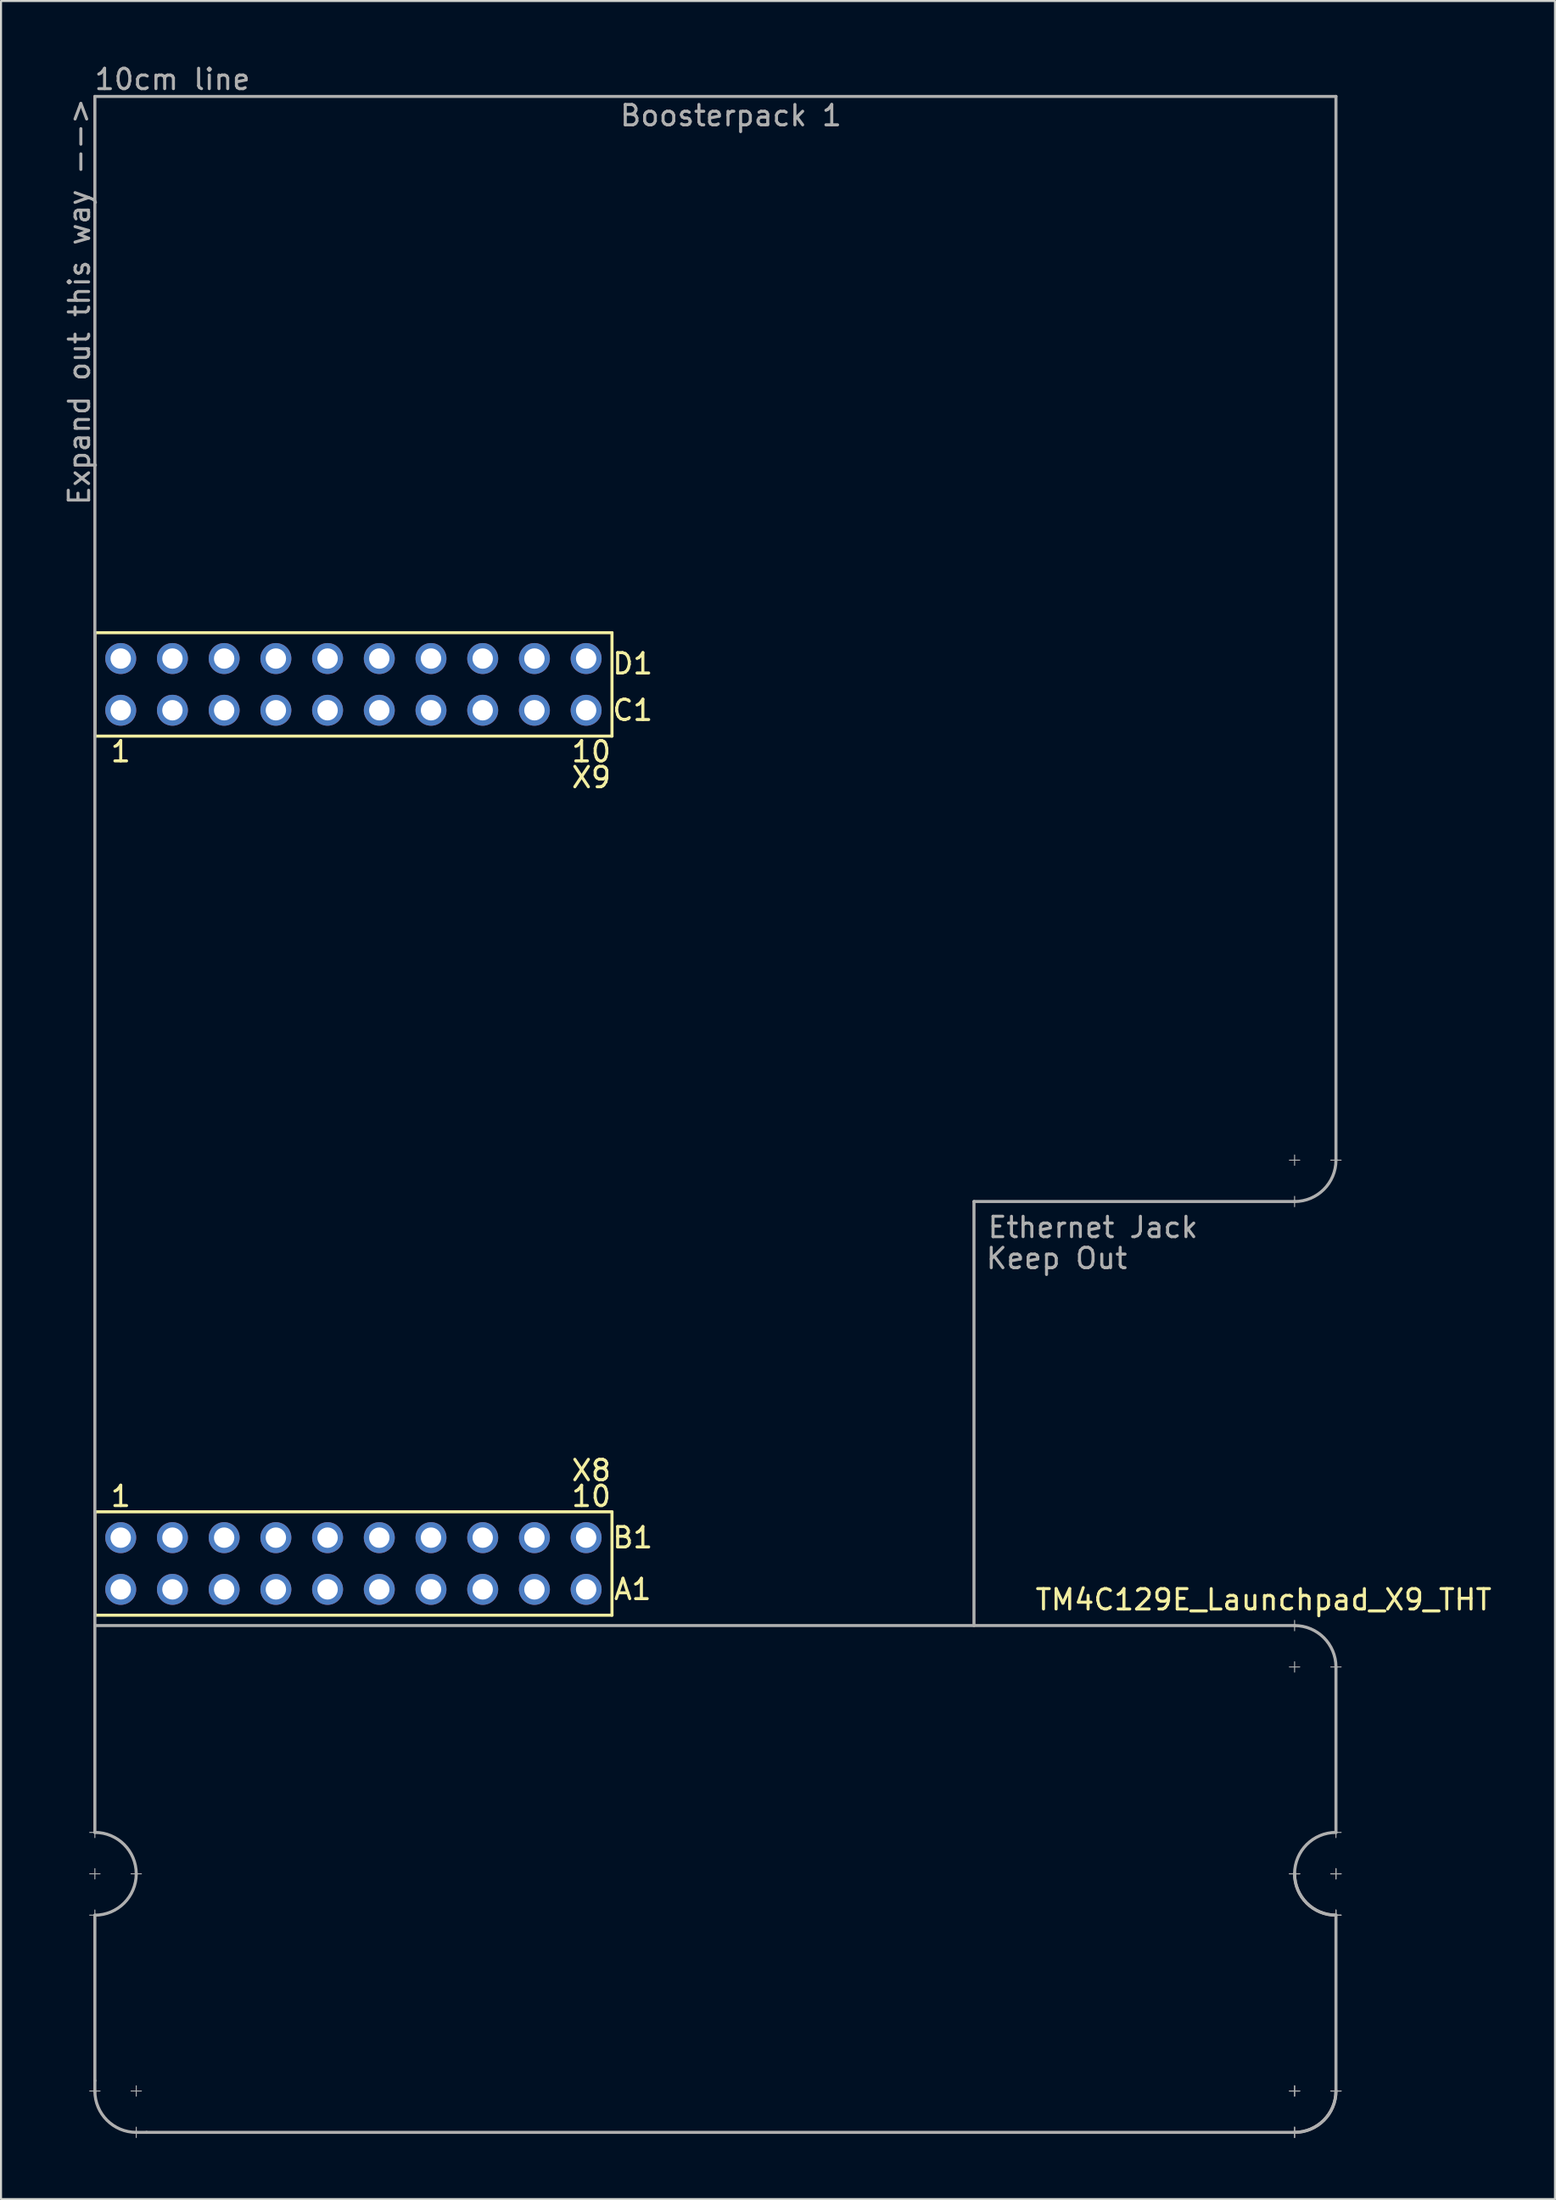
<source format=kicad_pcb>
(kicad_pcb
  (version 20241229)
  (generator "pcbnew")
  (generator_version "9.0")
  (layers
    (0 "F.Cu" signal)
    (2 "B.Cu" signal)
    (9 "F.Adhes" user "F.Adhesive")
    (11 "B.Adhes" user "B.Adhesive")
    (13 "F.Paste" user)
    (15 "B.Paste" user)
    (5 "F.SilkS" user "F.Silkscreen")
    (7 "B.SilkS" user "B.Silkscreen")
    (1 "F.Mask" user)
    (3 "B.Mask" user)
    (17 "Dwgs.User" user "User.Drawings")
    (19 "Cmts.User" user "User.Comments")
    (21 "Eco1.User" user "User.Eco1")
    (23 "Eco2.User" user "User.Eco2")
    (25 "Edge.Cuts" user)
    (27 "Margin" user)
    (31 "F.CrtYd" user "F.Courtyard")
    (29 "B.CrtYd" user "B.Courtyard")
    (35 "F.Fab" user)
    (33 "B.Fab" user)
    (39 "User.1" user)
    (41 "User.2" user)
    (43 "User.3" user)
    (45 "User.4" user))
  (footprint "TM4C129E_Launchpad_X9_THT"
    (layer "F.Cu")
    (at 1.61 76.286)
    (property "Reference" "TM4C129E_Launchpad_X9_THT" (at 57.404 -0.762 180) (layer "F.SilkS") (effects (font (size 1 1) (thickness 0.15))))
    (attr through_hole)
    (fp_line (start 0 -48.26) (end 0 -43.18) (stroke (width 0.15) (type solid)) (layer "F.SilkS"))
    (fp_line (start 0 -43.18) (end 25.4 -43.18) (stroke (width 0.15) (type solid)) (layer "F.SilkS"))
    (fp_line (start 0 -5.08) (end 0 0) (stroke (width 0.15) (type solid)) (layer "F.SilkS"))
    (fp_line (start 0 0) (end 25.4 0) (stroke (width 0.15) (type solid)) (layer "F.SilkS"))
    (fp_line (start 25.4 -48.26) (end 0 -48.26) (stroke (width 0.15) (type solid)) (layer "F.SilkS"))
    (fp_line (start 25.4 -43.18) (end 25.4 -48.26) (stroke (width 0.15) (type solid)) (layer "F.SilkS"))
    (fp_line (start 25.4 -5.08) (end 0 -5.08) (stroke (width 0.15) (type solid)) (layer "F.SilkS"))
    (fp_line (start 25.4 0) (end 25.4 -5.08) (stroke (width 0.15) (type solid)) (layer "F.SilkS"))
    (fp_line (start -0.254 10.668) (end 0.254 10.668) (stroke (width 0.05) (type solid)) (layer "F.Fab"))
    (fp_line (start -0.254 12.7) (end 0.254 12.7) (stroke (width 0.05) (type solid)) (layer "F.Fab"))
    (fp_line (start -0.254 14.732) (end 0.254 14.732) (stroke (width 0.05) (type solid)) (layer "F.Fab"))
    (fp_line (start -0.254 23.368) (end 0.254 23.368) (stroke (width 0.05) (type solid)) (layer "F.Fab"))
    (fp_line (start 0 -74.6) (end 60.96 -74.6) (stroke (width 0.15) (type solid)) (layer "F.Fab"))
    (fp_line (start 0 0) (end 0 -74.6) (stroke (width 0.15) (type solid)) (layer "F.Fab"))
    (fp_line (start 0 0) (end 0 10.668) (stroke (width 0.15) (type solid)) (layer "F.Fab"))
    (fp_line (start 0 0.508) (end 58.928 0.508) (stroke (width 0.15) (type solid)) (layer "F.Fab"))
    (fp_line (start 0 10.922) (end 0 10.414) (stroke (width 0.05) (type solid)) (layer "F.Fab"))
    (fp_line (start 0 12.954) (end 0 12.446) (stroke (width 0.05) (type solid)) (layer "F.Fab"))
    (fp_line (start 0 14.732) (end 0 22.86) (stroke (width 0.15) (type solid)) (layer "F.Fab"))
    (fp_line (start 0 14.986) (end 0 14.478) (stroke (width 0.05) (type solid)) (layer "F.Fab"))
    (fp_line (start 0 22.86) (end 0 23.393) (stroke (width 0.15) (type solid)) (layer "F.Fab"))
    (fp_line (start 1.778 12.7) (end 2.286 12.7) (stroke (width 0.05) (type solid)) (layer "F.Fab"))
    (fp_line (start 1.778 23.368) (end 2.286 23.368) (stroke (width 0.05) (type solid)) (layer "F.Fab"))
    (fp_line (start 2.032 23.622) (end 2.032 23.114) (stroke (width 0.05) (type solid)) (layer "F.Fab"))
    (fp_line (start 2.032 25.654) (end 2.032 25.146) (stroke (width 0.05) (type solid)) (layer "F.Fab"))
    (fp_line (start 2.54 25.4) (end 2.032 25.4) (stroke (width 0.15) (type solid)) (layer "F.Fab"))
    (fp_line (start 43.18 -20.32) (end 43.18 0.508) (stroke (width 0.15) (type solid)) (layer "F.Fab"))
    (fp_line (start 58.674 -22.352) (end 59.182 -22.352) (stroke (width 0.05) (type solid)) (layer "F.Fab"))
    (fp_line (start 58.674 2.54) (end 59.182 2.54) (stroke (width 0.05) (type solid)) (layer "F.Fab"))
    (fp_line (start 58.674 12.7) (end 59.182 12.7) (stroke (width 0.05) (type solid)) (layer "F.Fab"))
    (fp_line (start 58.674 12.7) (end 59.182 12.7) (stroke (width 0.05) (type solid)) (layer "F.Fab"))
    (fp_line (start 58.928 -22.606) (end 58.928 -22.098) (stroke (width 0.05) (type solid)) (layer "F.Fab"))
    (fp_line (start 58.928 -20.574) (end 58.928 -20.066) (stroke (width 0.05) (type solid)) (layer "F.Fab"))
    (fp_line (start 58.928 -20.32) (end 43.18 -20.32) (stroke (width 0.15) (type solid)) (layer "F.Fab"))
    (fp_line (start 58.928 0.762) (end 58.928 0.254) (stroke (width 0.05) (type solid)) (layer "F.Fab"))
    (fp_line (start 58.928 2.794) (end 58.928 2.286) (stroke (width 0.05) (type solid)) (layer "F.Fab"))
    (fp_line (start 58.928 23.622) (end 58.928 23.114) (stroke (width 0.05) (type solid)) (layer "F.Fab"))
    (fp_line (start 58.928 23.622) (end 58.928 23.114) (stroke (width 0.05) (type solid)) (layer "F.Fab"))
    (fp_line (start 58.928 25.4) (end 2.54 25.4) (stroke (width 0.15) (type solid)) (layer "F.Fab"))
    (fp_line (start 58.928 25.654) (end 58.928 25.146) (stroke (width 0.05) (type solid)) (layer "F.Fab"))
    (fp_line (start 58.928 25.654) (end 58.928 25.146) (stroke (width 0.05) (type solid)) (layer "F.Fab"))
    (fp_line (start 59.182 23.368) (end 58.674 23.368) (stroke (width 0.05) (type solid)) (layer "F.Fab"))
    (fp_line (start 59.182 23.368) (end 58.674 23.368) (stroke (width 0.05) (type solid)) (layer "F.Fab"))
    (fp_line (start 60.706 -22.352) (end 61.214 -22.352) (stroke (width 0.05) (type solid)) (layer "F.Fab"))
    (fp_line (start 60.706 2.54) (end 61.214 2.54) (stroke (width 0.05) (type solid)) (layer "F.Fab"))
    (fp_line (start 60.706 10.668) (end 61.214 10.668) (stroke (width 0.05) (type solid)) (layer "F.Fab"))
    (fp_line (start 60.706 12.7) (end 61.214 12.7) (stroke (width 0.05) (type solid)) (layer "F.Fab"))
    (fp_line (start 60.706 12.7) (end 61.214 12.7) (stroke (width 0.05) (type solid)) (layer "F.Fab"))
    (fp_line (start 60.706 14.732) (end 61.214 14.732) (stroke (width 0.05) (type solid)) (layer "F.Fab"))
    (fp_line (start 60.706 14.732) (end 61.214 14.732) (stroke (width 0.05) (type solid)) (layer "F.Fab"))
    (fp_line (start 60.96 -74.6) (end 60.96 -22.352) (stroke (width 0.15) (type solid)) (layer "F.Fab"))
    (fp_line (start 60.96 2.54) (end 60.96 10.668) (stroke (width 0.15) (type solid)) (layer "F.Fab"))
    (fp_line (start 60.96 10.922) (end 60.96 10.414) (stroke (width 0.05) (type solid)) (layer "F.Fab"))
    (fp_line (start 60.96 12.954) (end 60.96 12.446) (stroke (width 0.05) (type solid)) (layer "F.Fab"))
    (fp_line (start 60.96 12.954) (end 60.96 12.446) (stroke (width 0.05) (type solid)) (layer "F.Fab"))
    (fp_line (start 60.96 14.732) (end 60.96 23.368) (stroke (width 0.15) (type solid)) (layer "F.Fab"))
    (fp_line (start 60.96 14.986) (end 60.96 14.478) (stroke (width 0.05) (type solid)) (layer "F.Fab"))
    (fp_line (start 60.96 14.986) (end 60.96 14.478) (stroke (width 0.05) (type solid)) (layer "F.Fab"))
    (fp_line (start 60.96 23.622) (end 60.96 23.114) (stroke (width 0.05) (type solid)) (layer "F.Fab"))
    (fp_line (start 60.96 23.622) (end 60.96 23.114) (stroke (width 0.05) (type solid)) (layer "F.Fab"))
    (fp_line (start 61.214 23.368) (end 60.706 23.368) (stroke (width 0.05) (type solid)) (layer "F.Fab"))
    (fp_line (start 61.214 23.368) (end 60.706 23.368) (stroke (width 0.05) (type solid)) (layer "F.Fab"))
    (fp_arc (start 0 10.668) (mid 1.436841 11.263159) (end 2.032 12.7) (stroke (width 0.15) (type solid)) (layer "F.Fab"))
    (fp_arc (start 2.032 12.7) (mid 1.436841 14.136841) (end 0 14.732) (stroke (width 0.15) (type solid)) (layer "F.Fab"))
    (fp_arc (start 2.032 25.4) (mid 0.595159 24.804841) (end 0 23.368) (stroke (width 0.15) (type solid)) (layer "F.Fab"))
    (fp_arc (start 58.928 0.508) (mid 60.364841 1.103159) (end 60.96 2.54) (stroke (width 0.15) (type solid)) (layer "F.Fab"))
    (fp_arc (start 58.928 12.7) (mid 59.523159 11.263159) (end 60.96 10.668) (stroke (width 0.15) (type solid)) (layer "F.Fab"))
    (fp_arc (start 60.96 -22.352) (mid 60.364841 -20.915159) (end 58.928 -20.32) (stroke (width 0.15) (type solid)) (layer "F.Fab"))
    (fp_arc (start 60.96 14.732) (mid 59.523159 14.136841) (end 58.928 12.7) (stroke (width 0.15) (type solid)) (layer "F.Fab"))
    (fp_arc (start 60.96 14.732) (mid 59.523159 14.136841) (end 58.928 12.7) (stroke (width 0.15) (type solid)) (layer "F.Fab"))
    (fp_arc (start 60.96 23.368) (mid 60.364841 24.804841) (end 58.928 25.4) (stroke (width 0.15) (type solid)) (layer "F.Fab"))
    (fp_arc (start 60.96 23.368) (mid 60.364841 24.804841) (end 58.928 25.4) (stroke (width 0.15) (type solid)) (layer "F.Fab"))
    (fp_text user "A1" (at 26.416 -1.27 180) (layer "F.SilkS") (effects (font (size 1 1) (thickness 0.15))))
    (fp_text user "1" (at 1.27 -42.418 180) (layer "F.SilkS") (effects (font (size 1 1) (thickness 0.15))))
    (fp_text user "C1" (at 26.416 -44.45 180) (layer "F.SilkS") (effects (font (size 1 1) (thickness 0.15))))
    (fp_text user "B1" (at 26.416 -3.81 180) (layer "F.SilkS") (effects (font (size 1 1) (thickness 0.15))))
    (fp_text user "X9" (at 24.384 -41.148 180) (layer "F.SilkS") (effects (font (size 1 1) (thickness 0.15))))
    (fp_text user "10" (at 24.384 -5.842 180) (layer "F.SilkS") (effects (font (size 1 1) (thickness 0.15))))
    (fp_text user "X8" (at 24.384 -7.112 180) (layer "F.SilkS") (effects (font (size 1 1) (thickness 0.15))))
    (fp_text user "1" (at 1.27 -5.842 180) (layer "F.SilkS") (effects (font (size 1 1) (thickness 0.15))))
    (fp_text user "10" (at 24.384 -42.418 180) (layer "F.SilkS") (effects (font (size 1 1) (thickness 0.15))))
    (fp_text user "D1" (at 26.416 -46.736 180) (layer "F.SilkS") (effects (font (size 1 1) (thickness 0.15))))
    (fp_text user "Boosterpack 1" (at 31.242 -73.66 0) (layer "F.Fab") (effects (font (size 1 1) (thickness 0.15))))
    (fp_text user "Keep Out" (at 47.244 -17.526 0) (layer "F.Fab") (effects (font (size 1 1) (thickness 0.15))))
    (fp_text user "Expand out this way -->" (at -0.762 -64.516 90) (layer "F.Fab") (effects (font (size 1 1) (thickness 0.15))))
    (fp_text user "Ethernet Jack" (at 49.022 -19.05 0) (layer "F.Fab") (effects (font (size 1 1) (thickness 0.15))))
    (fp_text user "10cm line" (at 3.81 -75.438 0) (layer "F.Fab") (effects (font (size 1 1) (thickness 0.15))))
    (pad "+3V3" thru_hole circle (at 1.27 -1.27 180) (size 1.52 1.52) (drill 1) (layers "*.Cu" "*.Mask" "F.Paste"))
    (pad "+5V" thru_hole circle (at 1.27 -3.81 180) (size 1.52 1.52) (drill 1) (layers "*.Cu" "*.Mask" "F.Paste"))
    (pad "GND" thru_hole circle (at 1.27 -46.99 180) (size 1.52 1.52) (drill 1) (layers "*.Cu" "*.Mask" "F.Paste"))
    (pad "GND" thru_hole circle (at 3.81 -3.81 180) (size 1.52 1.52) (drill 1) (layers "*.Cu" "*.Mask" "F.Paste"))
    (pad "PA6" thru_hole circle (at 19.05 -3.81 180) (size 1.52 1.52) (drill 1) (layers "*.Cu" "*.Mask" "F.Paste"))
    (pad "PB2" thru_hole circle (at 21.59 -1.27 180) (size 1.52 1.52) (drill 1) (layers "*.Cu" "*.Mask" "F.Paste"))
    (pad "PB3" thru_hole circle (at 24.13 -1.27 180) (size 1.52 1.52) (drill 1) (layers "*.Cu" "*.Mask" "F.Paste"))
    (pad "PC4" thru_hole circle (at 6.35 -1.27 180) (size 1.52 1.52) (drill 1) (layers "*.Cu" "*.Mask" "F.Paste"))
    (pad "PC5" thru_hole circle (at 8.89 -1.27 180) (size 1.52 1.52) (drill 1) (layers "*.Cu" "*.Mask" "F.Paste"))
    (pad "PC6" thru_hole circle (at 11.43 -1.27 180) (size 1.52 1.52) (drill 1) (layers "*.Cu" "*.Mask" "F.Paste"))
    (pad "PC7" thru_hole circle (at 19.05 -1.27 180) (size 1.52 1.52) (drill 1) (layers "*.Cu" "*.Mask" "F.Paste"))
    (pad "PD0" thru_hole circle (at 16.51 -46.99 180) (size 1.52 1.52) (drill 1) (layers "*.Cu" "*.Mask" "F.Paste"))
    (pad "PD1" thru_hole circle (at 13.97 -46.99 180) (size 1.52 1.52) (drill 1) (layers "*.Cu" "*.Mask" "F.Paste"))
    (pad "PD3" thru_hole circle (at 16.51 -1.27 180) (size 1.52 1.52) (drill 1) (layers "*.Cu" "*.Mask" "F.Paste"))
    (pad "PD7" thru_hole circle (at 16.51 -3.81 180) (size 1.52 1.52) (drill 1) (layers "*.Cu" "*.Mask" "F.Paste"))
    (pad "PE0" thru_hole circle (at 6.35 -3.81 180) (size 1.52 1.52) (drill 1) (layers "*.Cu" "*.Mask" "F.Paste"))
    (pad "PE1" thru_hole circle (at 8.89 -3.81 180) (size 1.52 1.52) (drill 1) (layers "*.Cu" "*.Mask" "F.Paste"))
    (pad "PE2" thru_hole circle (at 11.43 -3.81 180) (size 1.52 1.52) (drill 1) (layers "*.Cu" "*.Mask" "F.Paste"))
    (pad "PE3" thru_hole circle (at 13.97 -3.81 180) (size 1.52 1.52) (drill 1) (layers "*.Cu" "*.Mask" "F.Paste"))
    (pad "PE4" thru_hole circle (at 3.81 -1.27 180) (size 1.52 1.52) (drill 1) (layers "*.Cu" "*.Mask" "F.Paste"))
    (pad "PE5" thru_hole circle (at 13.97 -1.27 180) (size 1.52 1.52) (drill 1) (layers "*.Cu" "*.Mask" "F.Paste"))
    (pad "PF1" thru_hole circle (at 1.27 -44.45 180) (size 1.52 1.52) (drill 1) (layers "*.Cu" "*.Mask" "F.Paste"))
    (pad "PF2" thru_hole circle (at 3.81 -44.45 180) (size 1.52 1.52) (drill 1) (layers "*.Cu" "*.Mask" "F.Paste"))
    (pad "PF3" thru_hole circle (at 6.35 -44.45 180) (size 1.52 1.52) (drill 1) (layers "*.Cu" "*.Mask" "F.Paste"))
    (pad "PG0" thru_hole circle (at 8.89 -44.45 180) (size 1.52 1.52) (drill 1) (layers "*.Cu" "*.Mask" "F.Paste"))
    (pad "PH2" thru_hole circle (at 6.35 -46.99 180) (size 1.52 1.52) (drill 1) (layers "*.Cu" "*.Mask" "F.Paste"))
    (pad "PH3" thru_hole circle (at 8.89 -46.99 180) (size 1.52 1.52) (drill 1) (layers "*.Cu" "*.Mask" "F.Paste"))
    (pad "PL0" thru_hole circle (at 16.51 -44.45 180) (size 1.52 1.52) (drill 1) (layers "*.Cu" "*.Mask" "F.Paste"))
    (pad "PL1" thru_hole circle (at 19.05 -44.45 180) (size 1.52 1.52) (drill 1) (layers "*.Cu" "*.Mask" "F.Paste"))
    (pad "PL2" thru_hole circle (at 21.59 -44.45 180) (size 1.52 1.52) (drill 1) (layers "*.Cu" "*.Mask" "F.Paste"))
    (pad "PL3" thru_hole circle (at 24.13 -44.45 180) (size 1.52 1.52) (drill 1) (layers "*.Cu" "*.Mask" "F.Paste"))
    (pad "PL4" thru_hole circle (at 11.43 -44.45 180) (size 1.52 1.52) (drill 1) (layers "*.Cu" "*.Mask" "F.Paste"))
    (pad "PL5" thru_hole circle (at 13.97 -44.45 180) (size 1.52 1.52) (drill 1) (layers "*.Cu" "*.Mask" "F.Paste"))
    (pad "PM3" thru_hole circle (at 3.81 -46.99 180) (size 1.52 1.52) (drill 1) (layers "*.Cu" "*.Mask" "F.Paste"))
    (pad "PM4" thru_hole circle (at 21.59 -3.81 180) (size 1.52 1.52) (drill 1) (layers "*.Cu" "*.Mask" "F.Paste"))
    (pad "PM5" thru_hole circle (at 24.13 -3.81 180) (size 1.52 1.52) (drill 1) (layers "*.Cu" "*.Mask" "F.Paste"))
    (pad "PN2" thru_hole circle (at 19.05 -46.99 180) (size 1.52 1.52) (drill 1) (layers "*.Cu" "*.Mask" "F.Paste"))
    (pad "PN3" thru_hole circle (at 21.59 -46.99 180) (size 1.52 1.52) (drill 1) (layers "*.Cu" "*.Mask" "F.Paste"))
    (pad "PP2" thru_hole circle (at 24.13 -46.99 180) (size 1.52 1.52) (drill 1) (layers "*.Cu" "*.Mask" "F.Paste"))
    (pad "Rese" thru_hole circle (at 11.43 -46.99 180) (size 1.52 1.52) (drill 1) (layers "*.Cu" "*.Mask" "F.Paste")))
  (gr_rect
    (start -3 -3)
    (end 73.33 104.965)
    (stroke (width 0.1) (type default))
    (fill no)
    (layer "Edge.Cuts")))
</source>
